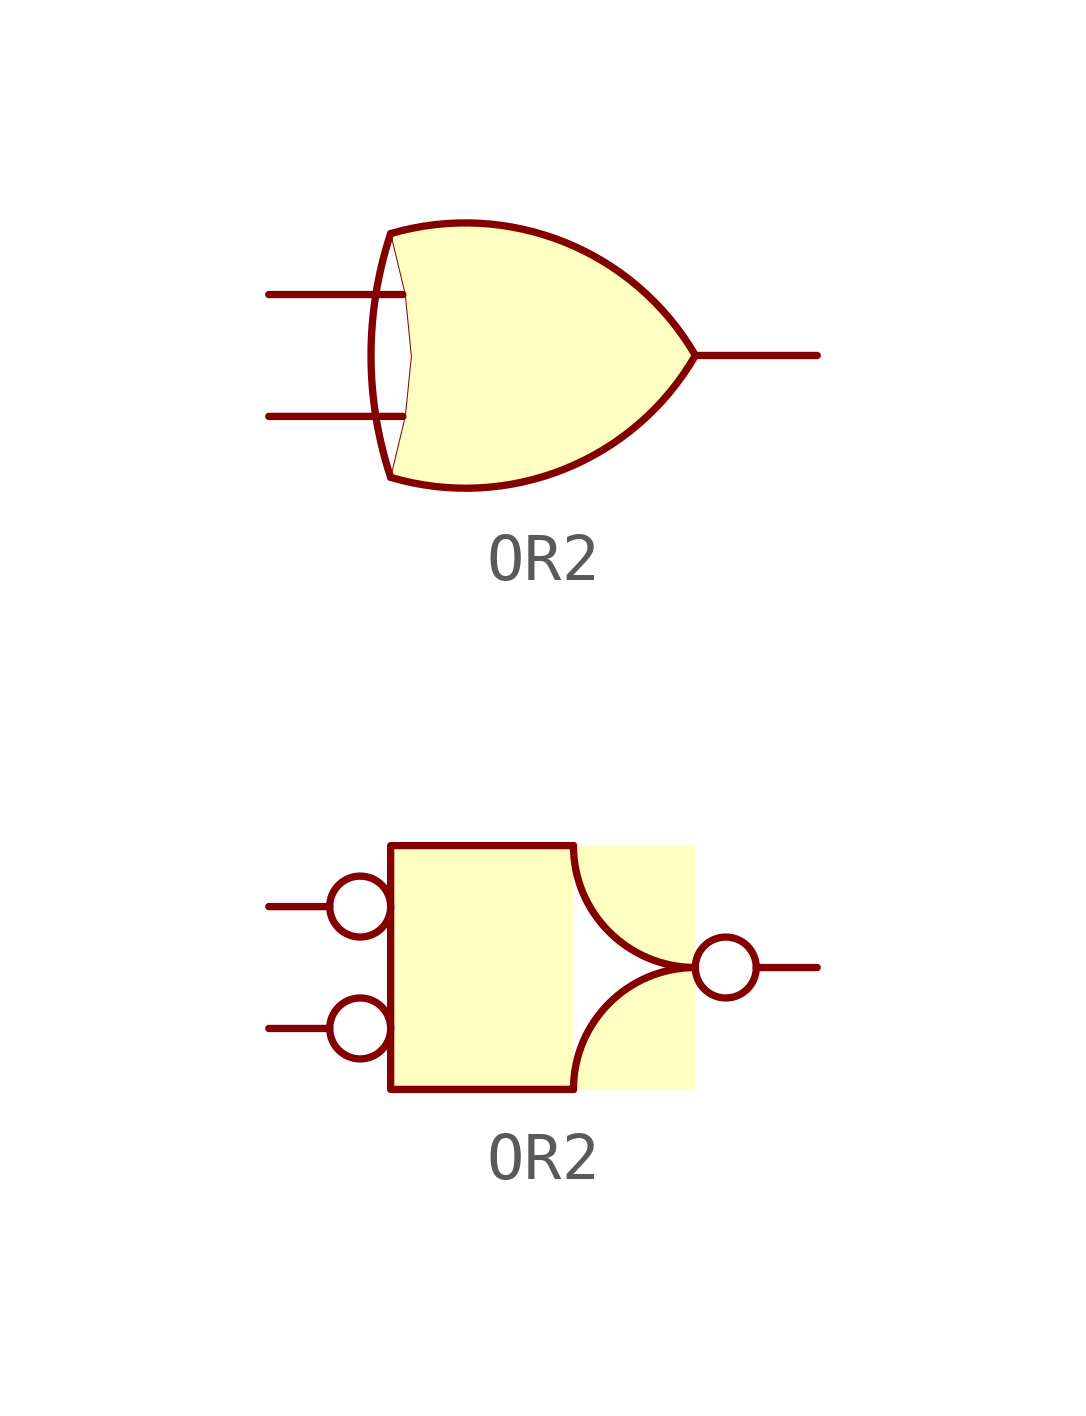
<source format=kicad_sym>
(kicad_symbol_lib
  (version 20211014)
  (generator kicad_symbol_editor)
  (symbol "OR2"
    (property "Reference" "U"
      (at 0 -7.62 0)
      (effects (font (size 1.27 1.27)) hide))
    (symbol "OR2_0_1"
      (arc (start 0 -2.54) (mid 3.6152 -2.3706) (end 6.35 0) (stroke (width 0.1524) (type default) (color 0 0 0 0)) (fill (type background)))
      (polyline (pts (xy 0.965 -2.743) (xy 0 -2.54) (xy 0.305 -1.27) (xy 0.432 -0.025) (xy 0.305 1.27) (xy 0 2.54) (xy 0.838 2.692)) (stroke (width 0.003) (type default) (color 0 0 0 0)) (fill (type background)))
      (arc (start 0 2.54) (mid -15.7726 0) (end 0 -2.54) (stroke (width 0.1524) (type default) (color 0 0 0 0)) (fill (type none)))
      (arc (start 6.35 0) (mid 3.6134 2.3659) (end 0 2.54) (stroke (width 0.1524) (type default) (color 0 0 0 0)) (fill (type background))))
    (symbol "OR2_0_2"
      (polyline (pts (xy 3.81 2.54) (xy 0 2.54) (xy 0 -2.54) (xy 3.81 -2.54)) (stroke (width 0.152) (type default) (color 0 0 0 0)) (fill (type background)))
      (arc (start 3.81 2.54) (mid 2.0139 -1.7961) (end 6.35 0) (stroke (width 0.1524) (type default) (color 0 0 0 0)) (fill (type background)))
      (arc (start 6.35 0) (mid 2.0139 1.7961) (end 3.81 -2.54) (stroke (width 0.1524) (type default) (color 0 0 0 0)) (fill (type background))))
    (symbol "OR2_1_1"
      (pin input line (at -2.54 -1.27 0) (length 2.794) (name "" (effects (font (size 1.27 1.27)))) (number "" (effects (font (size 1.27 1.27)))))
      (pin input line (at -2.54 1.27 0) (length 2.794) (name "" (effects (font (size 1.27 1.27)))) (number "" (effects (font (size 1.27 1.27)))))
      (pin output line (at 8.89 0 180) (length 2.54) (name "" (effects (font (size 1.27 1.27)))) (number "" (effects (font (size 1.27 1.27))))))
    (symbol "OR2_1_2"
      (pin input inverted (at -2.54 -1.27 0) (length 2.54) (name "" (effects (font (size 1.27 1.27)))) (number "" (effects (font (size 1.27 1.27)))))
      (pin input inverted (at -2.54 1.27 0) (length 2.54) (name "" (effects (font (size 1.27 1.27)))) (number "" (effects (font (size 1.27 1.27)))))
      (pin output inverted (at 8.89 0 180) (length 2.54) (name "" (effects (font (size 1.27 1.27)))) (number "" (effects (font (size 1.27 1.27))))))))
</source>
